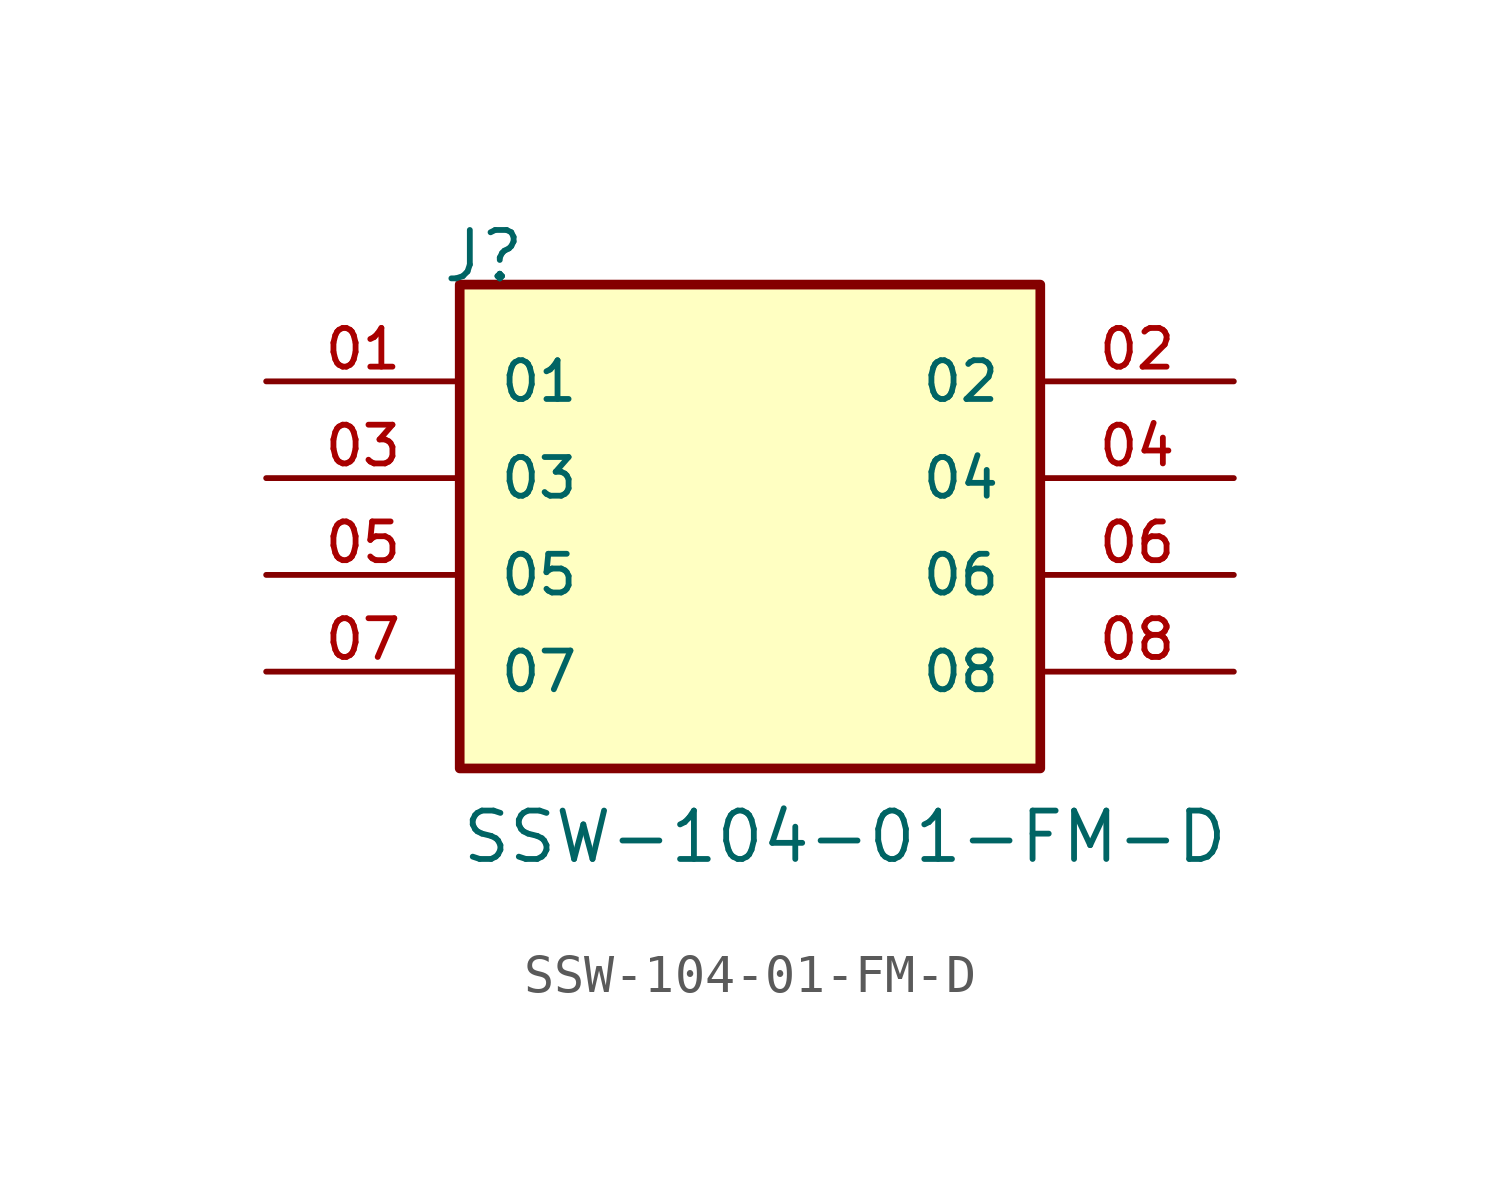
<source format=kicad_sym>
(kicad_symbol_lib
  (version 20211014)
  (generator kicad_symbol_editor)
  (symbol "SSW-104-01-FM-D"
    (pin_names
      (offset 1.016))
    (property "Reference" "J"
      (at -8.12 7.62 0)
      (effects (font (size 1.27 1.27)) (justify bottom left)))
    (property "Value" "SSW-104-01-FM-D"
      (at -7.62 -7.62 0)
      (effects (font (size 1.27 1.27)) (justify bottom left)))
    (symbol "SSW-104-01-FM-D_0_0"
      (rectangle (start -7.62 -5.08) (end 7.62 7.62) (stroke (width 0.254)) (fill (type background)))
      (pin passive line (at -12.7 5.08 0) (length 5.08) (name "01" (effects (font (size 1.016 1.016)))) (number "01" (effects (font (size 1.016 1.016)))))
      (pin passive line (at 12.7 5.08 180.0) (length 5.08) (name "02" (effects (font (size 1.016 1.016)))) (number "02" (effects (font (size 1.016 1.016)))))
      (pin passive line (at -12.7 2.54 0) (length 5.08) (name "03" (effects (font (size 1.016 1.016)))) (number "03" (effects (font (size 1.016 1.016)))))
      (pin passive line (at 12.7 2.54 180.0) (length 5.08) (name "04" (effects (font (size 1.016 1.016)))) (number "04" (effects (font (size 1.016 1.016)))))
      (pin passive line (at -12.7 0.0 0) (length 5.08) (name "05" (effects (font (size 1.016 1.016)))) (number "05" (effects (font (size 1.016 1.016)))))
      (pin passive line (at 12.7 0.0 180.0) (length 5.08) (name "06" (effects (font (size 1.016 1.016)))) (number "06" (effects (font (size 1.016 1.016)))))
      (pin passive line (at -12.7 -2.54 0) (length 5.08) (name "07" (effects (font (size 1.016 1.016)))) (number "07" (effects (font (size 1.016 1.016)))))
      (pin passive line (at 12.7 -2.54 180.0) (length 5.08) (name "08" (effects (font (size 1.016 1.016)))) (number "08" (effects (font (size 1.016 1.016))))))))
</source>
